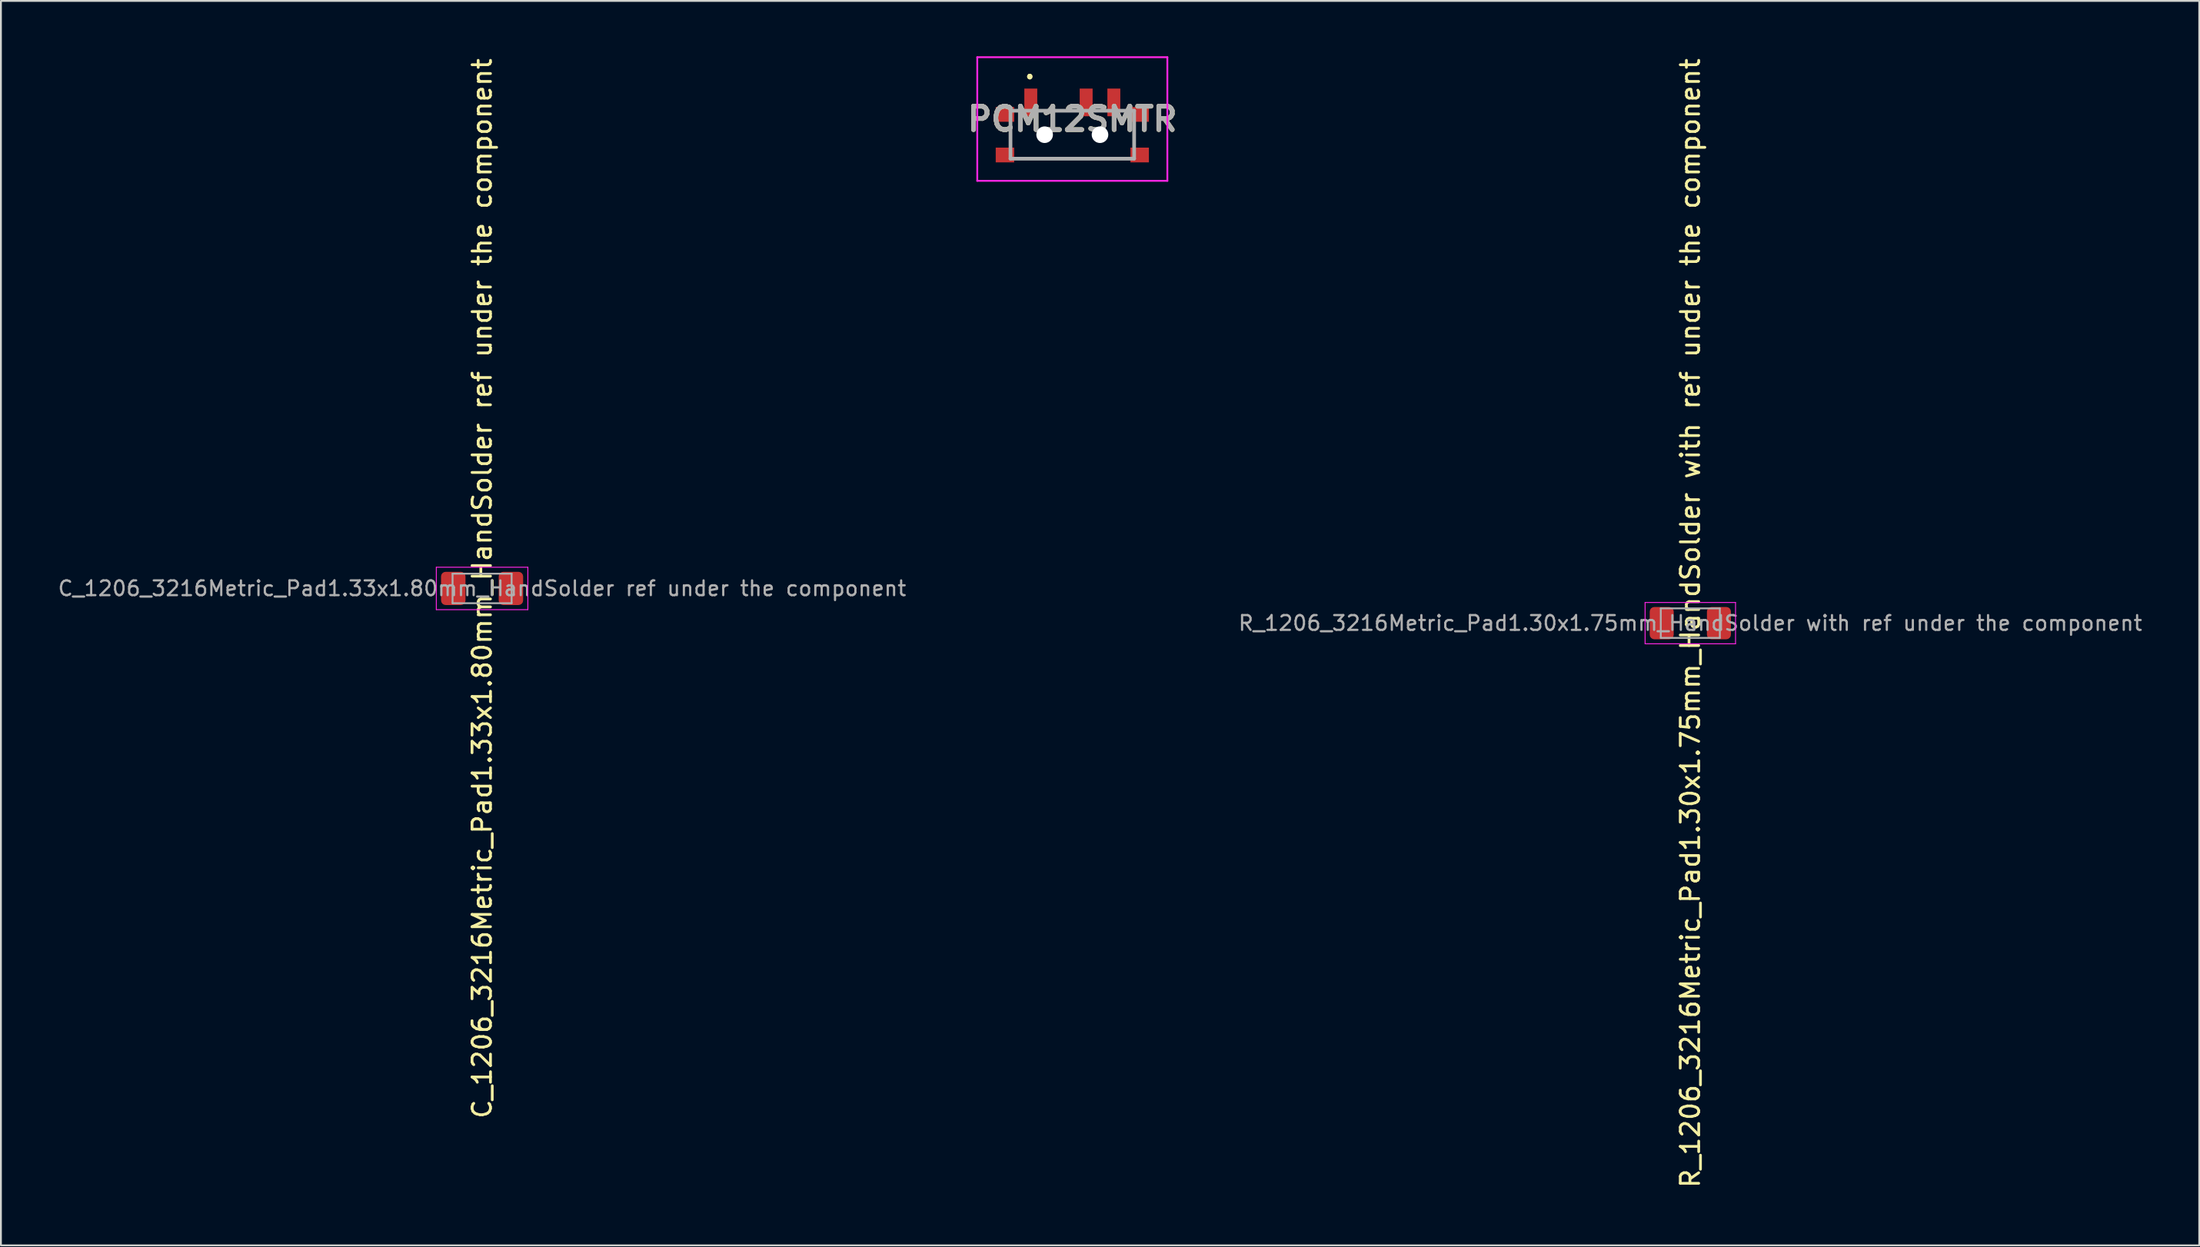
<source format=kicad_pcb>
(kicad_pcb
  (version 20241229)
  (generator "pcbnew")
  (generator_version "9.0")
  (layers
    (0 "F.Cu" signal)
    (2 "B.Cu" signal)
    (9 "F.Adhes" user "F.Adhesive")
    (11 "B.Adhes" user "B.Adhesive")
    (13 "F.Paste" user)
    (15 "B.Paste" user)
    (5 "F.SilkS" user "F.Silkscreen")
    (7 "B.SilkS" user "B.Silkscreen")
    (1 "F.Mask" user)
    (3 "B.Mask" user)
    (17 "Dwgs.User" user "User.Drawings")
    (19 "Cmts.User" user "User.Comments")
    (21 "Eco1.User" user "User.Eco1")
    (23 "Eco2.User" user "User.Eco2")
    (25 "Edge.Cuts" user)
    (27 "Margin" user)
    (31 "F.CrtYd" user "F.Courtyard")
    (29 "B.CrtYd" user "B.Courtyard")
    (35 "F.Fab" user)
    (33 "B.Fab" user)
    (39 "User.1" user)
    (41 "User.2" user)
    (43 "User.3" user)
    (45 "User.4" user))
  (footprint "PCM12SMTR"
    (layer "F.Cu")
    (at 55.051 4.25)
    (property "Reference" "PCM12SMTR" (at 0 -0.85 0) (layer "F.SilkS") (effects (font (size 1.27 1.27) (thickness 0.254))))
    (attr smd)
    (fp_line (start -2.9 1.3) (end 2.9 1.3) (stroke (width 0.1) (type solid)) (layer "F.SilkS"))
    (fp_line (start -2.3 -3.2) (end -2.3 -3.2) (stroke (width 0.2) (type solid)) (layer "F.SilkS"))
    (fp_line (start -2.3 -3.2) (end -2.3 -3.2) (stroke (width 0.2) (type solid)) (layer "F.SilkS"))
    (fp_line (start -2.3 -3.1) (end -2.3 -3.1) (stroke (width 0.2) (type solid)) (layer "F.SilkS"))
    (fp_arc (start -2.3 -3.2) (mid -2.25 -3.15) (end -2.3 -3.1) (stroke (width 0.2) (type solid)) (layer "F.SilkS"))
    (fp_arc (start -2.3 -3.1) (mid -2.35 -3.15) (end -2.3 -3.2) (stroke (width 0.2) (type solid)) (layer "F.SilkS"))
    (fp_arc (start -2.3 -3.1) (mid -2.35 -3.15) (end -2.3 -3.2) (stroke (width 0.2) (type solid)) (layer "F.SilkS"))
    (fp_line (start -5.15 -4.2) (end 5.15 -4.2) (stroke (width 0.1) (type solid)) (layer "F.CrtYd"))
    (fp_line (start -5.15 2.5) (end -5.15 -4.2) (stroke (width 0.1) (type solid)) (layer "F.CrtYd"))
    (fp_line (start 5.15 -4.2) (end 5.15 2.5) (stroke (width 0.1) (type solid)) (layer "F.CrtYd"))
    (fp_line (start 5.15 2.5) (end -5.15 2.5) (stroke (width 0.1) (type solid)) (layer "F.CrtYd"))
    (fp_line (start -3.35 -1.3) (end -3.35 1.3) (stroke (width 0.2) (type solid)) (layer "F.Fab"))
    (fp_line (start -3.35 1.3) (end 3.35 1.3) (stroke (width 0.2) (type solid)) (layer "F.Fab"))
    (fp_line (start 3.35 -1.3) (end -3.35 -1.3) (stroke (width 0.2) (type solid)) (layer "F.Fab"))
    (fp_line (start 3.35 1.3) (end 3.35 -1.3) (stroke (width 0.2) (type solid)) (layer "F.Fab"))
    (fp_text user "${REFERENCE}" (at 0 -0.85 0) (layer "F.Fab") (effects (font (size 1.27 1.27) (thickness 0.254))))
    (pad "" np_thru_hole circle (at -1.5 0) (size 0.9 0.9) (drill 0.9) (layers "*.Cu" "*.Mask"))
    (pad "" np_thru_hole circle (at 1.5 0) (size 0.9 0.9) (drill 0.9) (layers "*.Cu" "*.Mask"))
    (pad "1" smd rect (at -2.25 -1.75) (size 0.7 1.5) (layers "F.Cu" "F.Mask" "F.Paste"))
    (pad "2" smd rect (at 0.75 -1.75) (size 0.7 1.5) (layers "F.Cu" "F.Mask" "F.Paste"))
    (pad "3" smd rect (at 2.25 -1.75) (size 0.7 1.5) (layers "F.Cu" "F.Mask" "F.Paste"))
    (pad "MP1" smd rect (at -3.65 -1.1 90) (size 0.8 1) (layers "F.Cu" "F.Mask" "F.Paste"))
    (pad "MP2" smd rect (at -3.65 1.1 90) (size 0.8 1) (layers "F.Cu" "F.Mask" "F.Paste"))
    (pad "MP3" smd rect (at 3.65 1.1 90) (size 0.8 1) (layers "F.Cu" "F.Mask" "F.Paste"))
    (pad "MP4" smd rect (at 3.65 -1.1 90) (size 0.8 1) (layers "F.Cu" "F.Mask" "F.Paste")))
  (footprint "R_1206_3216Metric_Pad1.30x1.75mm_HandSolder with ref under the component"
    (layer "F.Cu")
    (at 88.536 30.72)
    (property "Reference" "R_1206_3216Metric_Pad1.30x1.75mm_HandSolder with ref under the component" (at 0 0 90) (layer "F.SilkS") (effects (font (size 1 1) (thickness 0.15))))
    (attr smd)
    (fp_line (start -2.45 -1.12) (end 2.45 -1.12) (stroke (width 0.05) (type solid)) (layer "F.CrtYd"))
    (fp_line (start -2.45 1.12) (end -2.45 -1.12) (stroke (width 0.05) (type solid)) (layer "F.CrtYd"))
    (fp_line (start 2.45 -1.12) (end 2.45 1.12) (stroke (width 0.05) (type solid)) (layer "F.CrtYd"))
    (fp_line (start 2.45 1.12) (end -2.45 1.12) (stroke (width 0.05) (type solid)) (layer "F.CrtYd"))
    (fp_line (start -1.6 -0.8) (end 1.6 -0.8) (stroke (width 0.1) (type solid)) (layer "F.Fab"))
    (fp_line (start -1.6 0.8) (end -1.6 -0.8) (stroke (width 0.1) (type solid)) (layer "F.Fab"))
    (fp_line (start 1.6 -0.8) (end 1.6 0.8) (stroke (width 0.1) (type solid)) (layer "F.Fab"))
    (fp_line (start 1.6 0.8) (end -1.6 0.8) (stroke (width 0.1) (type solid)) (layer "F.Fab"))
    (fp_text user "${REFERENCE}" (at 0 0 0) (layer "F.Fab") (effects (font (size 0.8 0.8) (thickness 0.12))))
    (pad "1" smd roundrect (at -1.55 0) (size 1.3 1.75) (layers "F.Cu" "F.Mask" "F.Paste") (roundrect_rratio 0.192))
    (pad "2" smd roundrect (at 1.55 0) (size 1.3 1.75) (layers "F.Cu" "F.Mask" "F.Paste") (roundrect_rratio 0.192)))
  (footprint "C_1206_3216Metric_Pad1.33x1.80mm_HandSolder ref under the component"
    (layer "F.Cu")
    (at 23.071 28.839)
    (property "Reference" "C_1206_3216Metric_Pad1.33x1.80mm_HandSolder ref under the component" (at 0 0 90) (layer "F.SilkS") (effects (font (size 1 1) (thickness 0.15))))
    (attr smd)
    (fp_line (start -2.48 -1.15) (end 2.48 -1.15) (stroke (width 0.05) (type solid)) (layer "F.CrtYd"))
    (fp_line (start -2.48 1.15) (end -2.48 -1.15) (stroke (width 0.05) (type solid)) (layer "F.CrtYd"))
    (fp_line (start 2.48 -1.15) (end 2.48 1.15) (stroke (width 0.05) (type solid)) (layer "F.CrtYd"))
    (fp_line (start 2.48 1.15) (end -2.48 1.15) (stroke (width 0.05) (type solid)) (layer "F.CrtYd"))
    (fp_line (start -1.6 -0.8) (end 1.6 -0.8) (stroke (width 0.1) (type solid)) (layer "F.Fab"))
    (fp_line (start -1.6 0.8) (end -1.6 -0.8) (stroke (width 0.1) (type solid)) (layer "F.Fab"))
    (fp_line (start 1.6 -0.8) (end 1.6 0.8) (stroke (width 0.1) (type solid)) (layer "F.Fab"))
    (fp_line (start 1.6 0.8) (end -1.6 0.8) (stroke (width 0.1) (type solid)) (layer "F.Fab"))
    (fp_text user "${REFERENCE}" (at 0 0 0) (layer "F.Fab") (effects (font (size 0.8 0.8) (thickness 0.12))))
    (pad "1" smd roundrect (at -1.562 0) (size 1.325 1.8) (layers "F.Cu" "F.Mask" "F.Paste") (roundrect_rratio 0.189))
    (pad "2" smd roundrect (at 1.562 0) (size 1.325 1.8) (layers "F.Cu" "F.Mask" "F.Paste") (roundrect_rratio 0.189)))
  (gr_rect
    (start -3 -3)
    (end 116.112 64.44)
    (stroke (width 0.1) (type default))
    (fill no)
    (layer "Edge.Cuts")))
</source>
